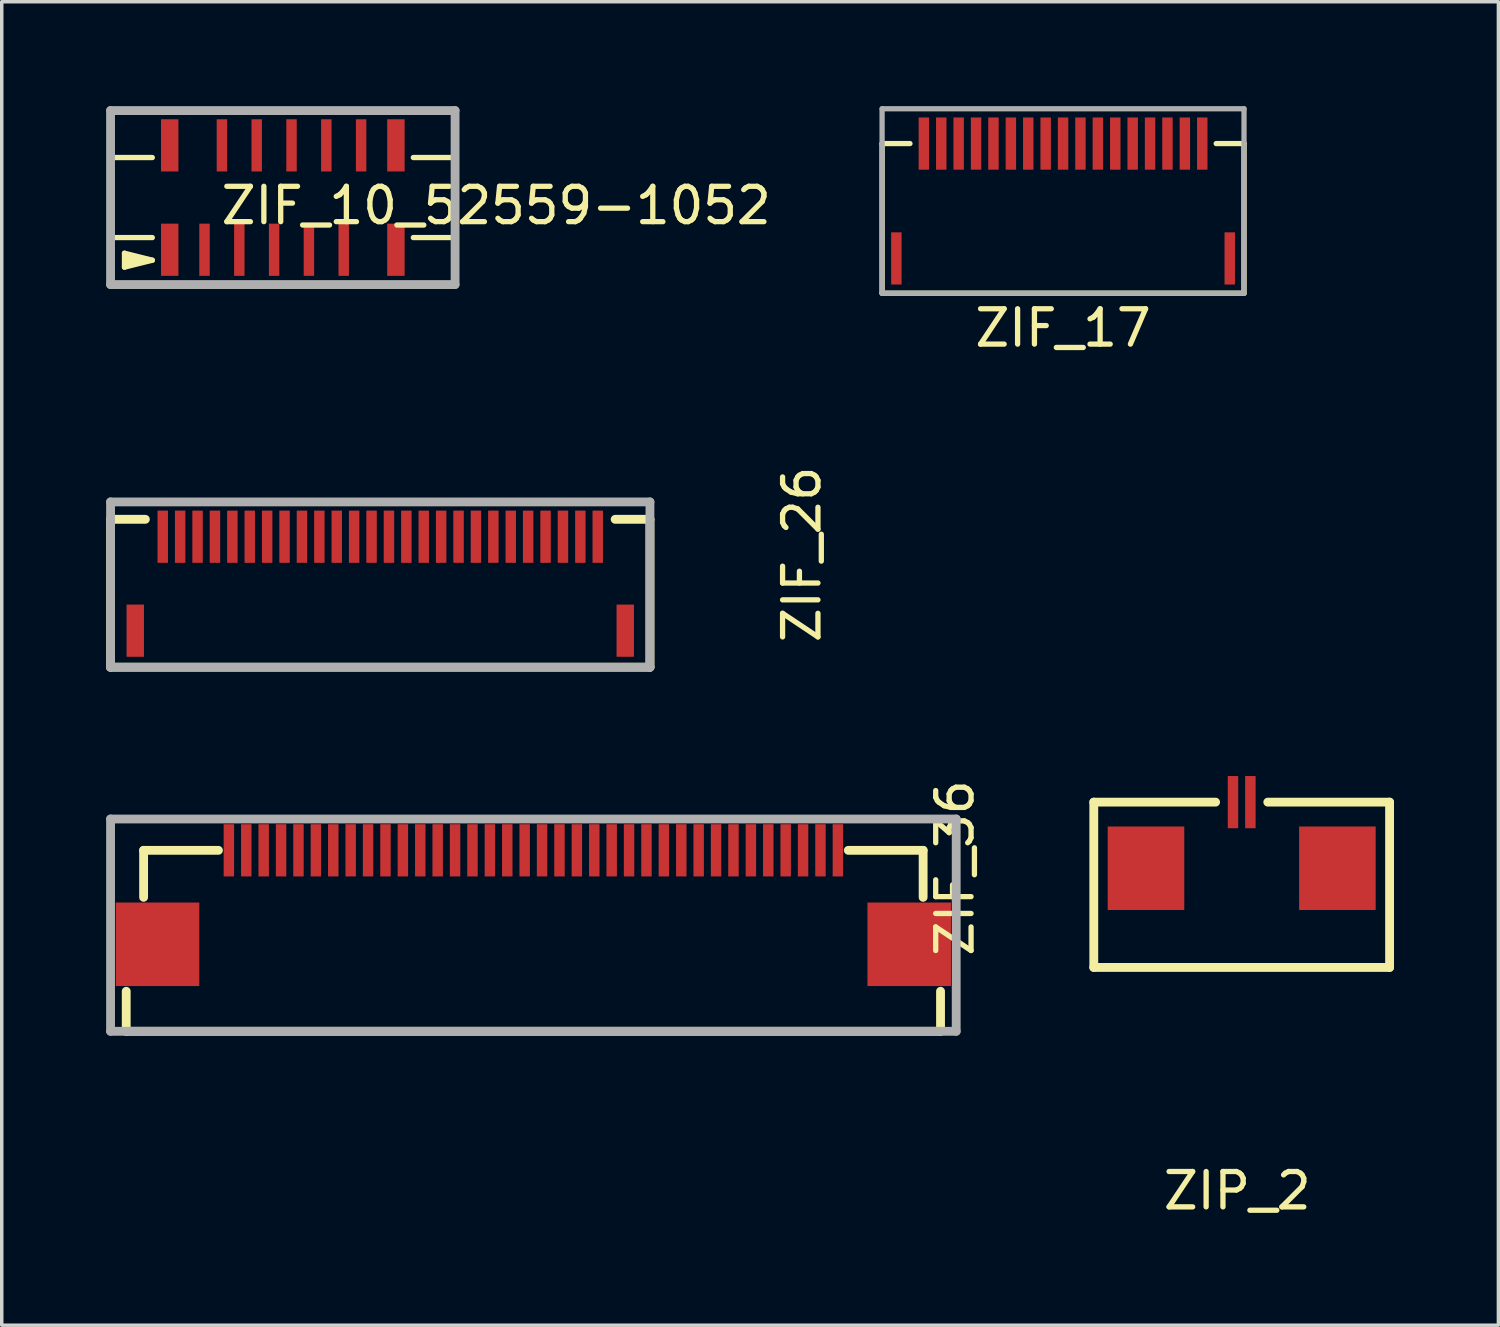
<source format=kicad_pcb>
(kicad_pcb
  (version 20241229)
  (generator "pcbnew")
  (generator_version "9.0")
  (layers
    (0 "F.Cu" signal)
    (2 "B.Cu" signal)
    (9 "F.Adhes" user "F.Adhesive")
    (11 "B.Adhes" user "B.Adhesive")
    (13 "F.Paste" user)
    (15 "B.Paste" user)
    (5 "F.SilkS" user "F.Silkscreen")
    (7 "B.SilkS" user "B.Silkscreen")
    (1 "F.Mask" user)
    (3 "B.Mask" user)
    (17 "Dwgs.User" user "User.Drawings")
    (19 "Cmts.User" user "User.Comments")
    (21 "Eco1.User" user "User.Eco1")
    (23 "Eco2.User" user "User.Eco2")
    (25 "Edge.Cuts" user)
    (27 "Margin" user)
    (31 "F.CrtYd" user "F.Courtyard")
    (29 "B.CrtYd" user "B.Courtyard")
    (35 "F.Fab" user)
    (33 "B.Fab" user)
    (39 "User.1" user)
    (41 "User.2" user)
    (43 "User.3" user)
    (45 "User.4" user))
  (footprint "ZIF_17"
    (layer "F.Cu")
    (at 27.498 1.076)
    (property "Reference" "ZIF_17" (at 0 5.3 0) (layer "F.SilkS") (effects (font (size 1.016 1.016) (thickness 0.152))))
    (attr through_hole)
    (fp_line (start -5.2 4.3) (end -5.2 0) (stroke (width 0.152) (type solid)) (layer "F.SilkS"))
    (fp_line (start -4.4 0) (end -5.2 0) (stroke (width 0.152) (type solid)) (layer "F.SilkS"))
    (fp_line (start 5.2 0) (end 4.4 0) (stroke (width 0.152) (type solid)) (layer "F.SilkS"))
    (fp_line (start 5.2 0) (end 5.2 4.3) (stroke (width 0.152) (type solid)) (layer "F.SilkS"))
    (fp_line (start 5.2 4.3) (end -5.2 4.3) (stroke (width 0.152) (type solid)) (layer "F.SilkS"))
    (fp_line (start -5.2 -1) (end -5.2 4.3) (stroke (width 0.152) (type solid)) (layer "F.Fab"))
    (fp_line (start -5.2 4.3) (end 5.2 4.3) (stroke (width 0.152) (type solid)) (layer "F.Fab"))
    (fp_line (start 5.2 -1) (end -5.2 -1) (stroke (width 0.152) (type solid)) (layer "F.Fab"))
    (fp_line (start 5.2 4.3) (end 5.2 -1) (stroke (width 0.152) (type solid)) (layer "F.Fab"))
    (pad "1" smd rect (at 4 0 180) (size 0.3 1.5) (layers "F.Cu" "F.Mask" "F.Paste"))
    (pad "2" smd rect (at 3.5 0 180) (size 0.3 1.5) (layers "F.Cu" "F.Mask" "F.Paste"))
    (pad "3" smd rect (at 3 0 180) (size 0.3 1.5) (layers "F.Cu" "F.Mask" "F.Paste"))
    (pad "4" smd rect (at 2.5 0 180) (size 0.3 1.5) (layers "F.Cu" "F.Mask" "F.Paste"))
    (pad "5" smd rect (at 2 0 180) (size 0.3 1.5) (layers "F.Cu" "F.Mask" "F.Paste"))
    (pad "6" smd rect (at 1.5 0 180) (size 0.3 1.5) (layers "F.Cu" "F.Mask" "F.Paste"))
    (pad "7" smd rect (at 1 0 180) (size 0.3 1.5) (layers "F.Cu" "F.Mask" "F.Paste"))
    (pad "8" smd rect (at 0.5 0 180) (size 0.3 1.5) (layers "F.Cu" "F.Mask" "F.Paste"))
    (pad "9" smd rect (at 0 0 180) (size 0.3 1.5) (layers "F.Cu" "F.Mask" "F.Paste"))
    (pad "10" smd rect (at -0.5 0 180) (size 0.3 1.5) (layers "F.Cu" "F.Mask" "F.Paste"))
    (pad "11" smd rect (at -1 0 180) (size 0.3 1.5) (layers "F.Cu" "F.Mask" "F.Paste"))
    (pad "12" smd rect (at -1.5 0 180) (size 0.3 1.5) (layers "F.Cu" "F.Mask" "F.Paste"))
    (pad "13" smd rect (at -2 0 180) (size 0.3 1.5) (layers "F.Cu" "F.Mask" "F.Paste"))
    (pad "14" smd rect (at -2.5 0 180) (size 0.3 1.5) (layers "F.Cu" "F.Mask" "F.Paste"))
    (pad "15" smd rect (at -3 0 180) (size 0.3 1.5) (layers "F.Cu" "F.Mask" "F.Paste"))
    (pad "16" smd rect (at -3.5 0 180) (size 0.3 1.5) (layers "F.Cu" "F.Mask" "F.Paste"))
    (pad "17" smd rect (at -4 0 180) (size 0.3 1.5) (layers "F.Cu" "F.Mask" "F.Paste"))
    (pad "~" smd rect (at -4.79 3.3) (size 0.3 1.5) (layers "F.Cu" "F.Mask" "F.Paste"))
    (pad "~" smd rect (at 4.79 3.3) (size 0.3 1.5) (layers "F.Cu" "F.Mask" "F.Paste")))
  (footprint "ZIF_26"
    (layer "F.Cu")
    (at 7.877 12.373)
    (property "Reference" "ZIF_26" (at 12.115 0.508 90) (layer "F.SilkS") (effects (font (size 1.016 1.016) (thickness 0.152))))
    (attr through_hole)
    (fp_line (start -7.75 -0.5) (end -7.75 3.75) (stroke (width 0.254) (type solid)) (layer "F.SilkS"))
    (fp_line (start -7.75 3.75) (end 7.75 3.75) (stroke (width 0.254) (type solid)) (layer "F.SilkS"))
    (fp_line (start -6.75 -0.5) (end -7.75 -0.5) (stroke (width 0.254) (type solid)) (layer "F.SilkS"))
    (fp_line (start 6.75 -0.5) (end 7.75 -0.5) (stroke (width 0.254) (type solid)) (layer "F.SilkS"))
    (fp_line (start 7.75 -0.5) (end 7.75 3.75) (stroke (width 0.254) (type solid)) (layer "F.SilkS"))
    (fp_line (start -7.75 -1) (end -7.75 3.75) (stroke (width 0.254) (type solid)) (layer "F.Fab"))
    (fp_line (start -7.75 3.75) (end 7.75 3.75) (stroke (width 0.254) (type solid)) (layer "F.Fab"))
    (fp_line (start 7.75 -1) (end -7.75 -1) (stroke (width 0.254) (type solid)) (layer "F.Fab"))
    (fp_line (start 7.75 3.75) (end 7.75 -1) (stroke (width 0.254) (type solid)) (layer "F.Fab"))
    (pad "1" smd rect (at -6.25 0 180) (size 0.3 1.5) (layers "F.Cu" "F.Mask" "F.Paste"))
    (pad "2" smd rect (at -5.75 0 180) (size 0.3 1.5) (layers "F.Cu" "F.Mask" "F.Paste"))
    (pad "3" smd rect (at -5.25 0 180) (size 0.3 1.5) (layers "F.Cu" "F.Mask" "F.Paste"))
    (pad "4" smd rect (at -4.75 0 180) (size 0.3 1.5) (layers "F.Cu" "F.Mask" "F.Paste"))
    (pad "5" smd rect (at -4.25 0 180) (size 0.3 1.5) (layers "F.Cu" "F.Mask" "F.Paste"))
    (pad "6" smd rect (at -3.75 0 180) (size 0.3 1.5) (layers "F.Cu" "F.Mask" "F.Paste"))
    (pad "7" smd rect (at -3.25 0 180) (size 0.3 1.5) (layers "F.Cu" "F.Mask" "F.Paste"))
    (pad "8" smd rect (at -2.75 0 180) (size 0.3 1.5) (layers "F.Cu" "F.Mask" "F.Paste"))
    (pad "9" smd rect (at -2.25 0 180) (size 0.3 1.5) (layers "F.Cu" "F.Mask" "F.Paste"))
    (pad "10" smd rect (at -1.75 0 180) (size 0.3 1.5) (layers "F.Cu" "F.Mask" "F.Paste"))
    (pad "11" smd rect (at -1.25 0 180) (size 0.3 1.5) (layers "F.Cu" "F.Mask" "F.Paste"))
    (pad "12" smd rect (at -0.75 0 180) (size 0.3 1.5) (layers "F.Cu" "F.Mask" "F.Paste"))
    (pad "13" smd rect (at -0.25 0 180) (size 0.3 1.5) (layers "F.Cu" "F.Mask" "F.Paste"))
    (pad "14" smd rect (at 0.25 0 180) (size 0.3 1.5) (layers "F.Cu" "F.Mask" "F.Paste"))
    (pad "15" smd rect (at 0.75 0 180) (size 0.3 1.5) (layers "F.Cu" "F.Mask" "F.Paste"))
    (pad "16" smd rect (at 1.25 0 180) (size 0.3 1.5) (layers "F.Cu" "F.Mask" "F.Paste"))
    (pad "17" smd rect (at 1.75 0 180) (size 0.3 1.5) (layers "F.Cu" "F.Mask" "F.Paste"))
    (pad "18" smd rect (at 2.25 0 180) (size 0.3 1.5) (layers "F.Cu" "F.Mask" "F.Paste"))
    (pad "19" smd rect (at 2.75 0 180) (size 0.3 1.5) (layers "F.Cu" "F.Mask" "F.Paste"))
    (pad "20" smd rect (at 3.25 0 180) (size 0.3 1.5) (layers "F.Cu" "F.Mask" "F.Paste"))
    (pad "21" smd rect (at 3.75 0 180) (size 0.3 1.5) (layers "F.Cu" "F.Mask" "F.Paste"))
    (pad "22" smd rect (at 4.25 0 180) (size 0.3 1.5) (layers "F.Cu" "F.Mask" "F.Paste"))
    (pad "23" smd rect (at 4.75 0 180) (size 0.3 1.5) (layers "F.Cu" "F.Mask" "F.Paste"))
    (pad "24" smd rect (at 5.25 0 180) (size 0.3 1.5) (layers "F.Cu" "F.Mask" "F.Paste"))
    (pad "25" smd rect (at 5.75 0 180) (size 0.3 1.5) (layers "F.Cu" "F.Mask" "F.Paste"))
    (pad "26" smd rect (at 6.25 0 180) (size 0.3 1.5) (layers "F.Cu" "F.Mask" "F.Paste"))
    (pad "~" smd rect (at -7.04 2.7) (size 0.5 1.5) (layers "F.Cu" "F.Mask" "F.Paste"))
    (pad "~" smd rect (at 7.04 2.7) (size 0.5 1.5) (layers "F.Cu" "F.Mask" "F.Paste")))
  (footprint "ZIP_2"
    (layer "F.Cu")
    (at 32.631 20)
    (property "Reference" "ZIP_2" (at -0.127 11.168 0) (layer "F.SilkS") (effects (font (size 1.016 1.016) (thickness 0.152))))
    (attr through_hole)
    (fp_line (start -4.25 0) (end -4.25 4.75) (stroke (width 0.254) (type solid)) (layer "F.SilkS"))
    (fp_line (start -4.25 4.75) (end 4.25 4.75) (stroke (width 0.254) (type solid)) (layer "F.SilkS"))
    (fp_line (start -0.75 0) (end -4.25 0) (stroke (width 0.254) (type solid)) (layer "F.SilkS"))
    (fp_line (start 4.25 0) (end 0.75 0) (stroke (width 0.254) (type solid)) (layer "F.SilkS"))
    (fp_line (start 4.25 4.75) (end 4.25 0) (stroke (width 0.254) (type solid)) (layer "F.SilkS"))
    (pad "1" smd rect (at -0.25 0) (size 0.3 1.5) (layers "F.Cu" "F.Mask" "F.Paste"))
    (pad "2" smd rect (at 0.25 0) (size 0.3 1.5) (layers "F.Cu" "F.Mask" "F.Paste"))
    (pad "~" smd rect (at -2.75 1.9) (size 2.2 2.4) (layers "F.Cu" "F.Mask" "F.Paste"))
    (pad "~" smd rect (at 2.75 1.9) (size 2.2 2.4) (layers "F.Cu" "F.Mask" "F.Paste")))
  (footprint "ZIF_36"
    (layer "F.Cu")
    (at 12.277 21.385)
    (property "Reference" "ZIF_36" (at 12.115 0.508 270) (layer "F.SilkS") (effects (font (size 1.016 1.016) (thickness 0.152))))
    (attr through_hole)
    (fp_line (start -11.7 5.2) (end -11.7 4.05) (stroke (width 0.254) (type solid)) (layer "F.SilkS"))
    (fp_line (start -11.7 5.2) (end 11.7 5.2) (stroke (width 0.254) (type solid)) (layer "F.SilkS"))
    (fp_line (start -11.2 0) (end -11.2 1.35) (stroke (width 0.254) (type solid)) (layer "F.SilkS"))
    (fp_line (start -11.2 0) (end -9.05 0) (stroke (width 0.254) (type solid)) (layer "F.SilkS"))
    (fp_line (start 11.2 0) (end 9.05 0) (stroke (width 0.254) (type solid)) (layer "F.SilkS"))
    (fp_line (start 11.2 0) (end 11.2 1.35) (stroke (width 0.254) (type solid)) (layer "F.SilkS"))
    (fp_line (start 11.7 5.2) (end 11.7 4.05) (stroke (width 0.254) (type solid)) (layer "F.SilkS"))
    (fp_line (start -12.15 -0.9) (end 12.15 -0.9) (stroke (width 0.254) (type solid)) (layer "F.Fab"))
    (fp_line (start -12.15 5.2) (end -12.15 -0.9) (stroke (width 0.254) (type solid)) (layer "F.Fab"))
    (fp_line (start 12.15 -0.9) (end 12.15 5.2) (stroke (width 0.254) (type solid)) (layer "F.Fab"))
    (fp_line (start 12.15 5.2) (end -12.15 5.2) (stroke (width 0.254) (type solid)) (layer "F.Fab"))
    (pad "1" smd rect (at 8.75 0 180) (size 0.3 1.5) (layers "F.Cu" "F.Mask" "F.Paste"))
    (pad "2" smd rect (at 8.25 0 180) (size 0.3 1.5) (layers "F.Cu" "F.Mask" "F.Paste"))
    (pad "3" smd rect (at 7.75 0 180) (size 0.3 1.5) (layers "F.Cu" "F.Mask" "F.Paste"))
    (pad "4" smd rect (at 7.25 0 180) (size 0.3 1.5) (layers "F.Cu" "F.Mask" "F.Paste"))
    (pad "5" smd rect (at 6.75 0 180) (size 0.3 1.5) (layers "F.Cu" "F.Mask" "F.Paste"))
    (pad "6" smd rect (at 6.25 0 180) (size 0.3 1.5) (layers "F.Cu" "F.Mask" "F.Paste"))
    (pad "7" smd rect (at 5.75 0 180) (size 0.3 1.5) (layers "F.Cu" "F.Mask" "F.Paste"))
    (pad "8" smd rect (at 5.25 0 180) (size 0.3 1.5) (layers "F.Cu" "F.Mask" "F.Paste"))
    (pad "9" smd rect (at 4.75 0 180) (size 0.3 1.5) (layers "F.Cu" "F.Mask" "F.Paste"))
    (pad "10" smd rect (at 4.25 0 180) (size 0.3 1.5) (layers "F.Cu" "F.Mask" "F.Paste"))
    (pad "11" smd rect (at 3.75 0 180) (size 0.3 1.5) (layers "F.Cu" "F.Mask" "F.Paste"))
    (pad "12" smd rect (at 3.25 0 180) (size 0.3 1.5) (layers "F.Cu" "F.Mask" "F.Paste"))
    (pad "13" smd rect (at 2.75 0 180) (size 0.3 1.5) (layers "F.Cu" "F.Mask" "F.Paste"))
    (pad "14" smd rect (at 2.25 0 180) (size 0.3 1.5) (layers "F.Cu" "F.Mask" "F.Paste"))
    (pad "15" smd rect (at 1.75 0 180) (size 0.3 1.5) (layers "F.Cu" "F.Mask" "F.Paste"))
    (pad "16" smd rect (at 1.25 0 180) (size 0.3 1.5) (layers "F.Cu" "F.Mask" "F.Paste"))
    (pad "17" smd rect (at 0.75 0 180) (size 0.3 1.5) (layers "F.Cu" "F.Mask" "F.Paste"))
    (pad "18" smd rect (at 0.25 0 180) (size 0.3 1.5) (layers "F.Cu" "F.Mask" "F.Paste"))
    (pad "19" smd rect (at -0.25 0 180) (size 0.3 1.5) (layers "F.Cu" "F.Mask" "F.Paste"))
    (pad "20" smd rect (at -0.75 0 180) (size 0.3 1.5) (layers "F.Cu" "F.Mask" "F.Paste"))
    (pad "21" smd rect (at -1.25 0 180) (size 0.3 1.5) (layers "F.Cu" "F.Mask" "F.Paste"))
    (pad "22" smd rect (at -1.75 0 180) (size 0.3 1.5) (layers "F.Cu" "F.Mask" "F.Paste"))
    (pad "23" smd rect (at -2.25 0 180) (size 0.3 1.5) (layers "F.Cu" "F.Mask" "F.Paste"))
    (pad "24" smd rect (at -2.75 0 180) (size 0.3 1.5) (layers "F.Cu" "F.Mask" "F.Paste"))
    (pad "25" smd rect (at -3.25 0 180) (size 0.3 1.5) (layers "F.Cu" "F.Mask" "F.Paste"))
    (pad "26" smd rect (at -3.75 0 180) (size 0.3 1.5) (layers "F.Cu" "F.Mask" "F.Paste"))
    (pad "27" smd rect (at -4.25 0 180) (size 0.3 1.5) (layers "F.Cu" "F.Mask" "F.Paste"))
    (pad "28" smd rect (at -4.75 0 180) (size 0.3 1.5) (layers "F.Cu" "F.Mask" "F.Paste"))
    (pad "29" smd rect (at -5.25 0 180) (size 0.3 1.5) (layers "F.Cu" "F.Mask" "F.Paste"))
    (pad "30" smd rect (at -5.75 0 180) (size 0.3 1.5) (layers "F.Cu" "F.Mask" "F.Paste"))
    (pad "31" smd rect (at -6.25 0 180) (size 0.3 1.5) (layers "F.Cu" "F.Mask" "F.Paste"))
    (pad "32" smd rect (at -6.75 0 180) (size 0.3 1.5) (layers "F.Cu" "F.Mask" "F.Paste"))
    (pad "33" smd rect (at -7.25 0 180) (size 0.3 1.5) (layers "F.Cu" "F.Mask" "F.Paste"))
    (pad "34" smd rect (at -7.75 0 180) (size 0.3 1.5) (layers "F.Cu" "F.Mask" "F.Paste"))
    (pad "35" smd rect (at -8.25 0 180) (size 0.3 1.5) (layers "F.Cu" "F.Mask" "F.Paste"))
    (pad "36" smd rect (at -8.75 0 180) (size 0.3 1.5) (layers "F.Cu" "F.Mask" "F.Paste"))
    (pad "~" smd rect (at -10.8 2.7) (size 2.4 2.4) (layers "F.Cu" "F.Mask" "F.Paste"))
    (pad "~" smd rect (at 10.8 2.7) (size 2.4 2.4) (layers "F.Cu" "F.Mask" "F.Paste")))
  (footprint "ZIF_10_52559-1052"
    (layer "F.Cu")
    (at 2.827 4.127)
    (property "Reference" "ZIF_10_52559-1052" (at 8.382 -1.27 0) (layer "F.SilkS") (effects (font (size 1.016 1.016) (thickness 0.152))))
    (attr through_hole)
    (fp_line (start -2.7 -0.35) (end -2.7 -2.65) (stroke (width 0.152) (type solid)) (layer "F.SilkS"))
    (fp_line (start -2.7 -0.35) (end -1.5 -0.35) (stroke (width 0.152) (type solid)) (layer "F.SilkS"))
    (fp_line (start -2.3 0.1) (end -2.3 0.5) (stroke (width 0.152) (type solid)) (layer "F.SilkS"))
    (fp_line (start -2.2 0.2) (end -2.2 0.4) (stroke (width 0.152) (type solid)) (layer "F.SilkS"))
    (fp_line (start -2.1 0.2) (end -2.1 0.4) (stroke (width 0.152) (type solid)) (layer "F.SilkS"))
    (fp_line (start -2 0.2) (end -2 0.4) (stroke (width 0.152) (type solid)) (layer "F.SilkS"))
    (fp_line (start -1.9 0.3) (end -1.8 0.3) (stroke (width 0.152) (type solid)) (layer "F.SilkS"))
    (fp_line (start -1.5 -2.65) (end -2.7 -2.65) (stroke (width 0.152) (type solid)) (layer "F.SilkS"))
    (fp_line (start -1.5 0.3) (end -2.3 0.1) (stroke (width 0.152) (type solid)) (layer "F.SilkS"))
    (fp_line (start -1.5 0.3) (end -2.3 0.5) (stroke (width 0.152) (type solid)) (layer "F.SilkS"))
    (fp_line (start 7.2 -2.65) (end 6 -2.65) (stroke (width 0.152) (type solid)) (layer "F.SilkS"))
    (fp_line (start 7.2 -2.65) (end 7.2 -0.35) (stroke (width 0.152) (type solid)) (layer "F.SilkS"))
    (fp_line (start 7.2 -0.35) (end 6 -0.35) (stroke (width 0.152) (type solid)) (layer "F.SilkS"))
    (fp_line (start -2.7 -4) (end 7.2 -4) (stroke (width 0.254) (type solid)) (layer "F.Fab"))
    (fp_line (start -2.7 1) (end -2.7 -4) (stroke (width 0.254) (type solid)) (layer "F.Fab"))
    (fp_line (start 7.2 -4) (end 7.2 1) (stroke (width 0.254) (type solid)) (layer "F.Fab"))
    (fp_line (start 7.2 1) (end -2.7 1) (stroke (width 0.254) (type solid)) (layer "F.Fab"))
    (pad "1" smd rect (at 0 0) (size 0.3 1.5) (layers "F.Cu" "F.Mask" "F.Paste"))
    (pad "2" smd rect (at 0.5 -3) (size 0.3 1.5) (layers "F.Cu" "F.Mask" "F.Paste"))
    (pad "3" smd rect (at 1 0) (size 0.3 1.5) (layers "F.Cu" "F.Mask" "F.Paste"))
    (pad "4" smd rect (at 1.5 -3) (size 0.3 1.5) (layers "F.Cu" "F.Mask" "F.Paste"))
    (pad "5" smd rect (at 2 0) (size 0.3 1.5) (layers "F.Cu" "F.Mask" "F.Paste"))
    (pad "6" smd rect (at 2.5 -3) (size 0.3 1.5) (layers "F.Cu" "F.Mask" "F.Paste"))
    (pad "7" smd rect (at 3 0) (size 0.3 1.5) (layers "F.Cu" "F.Mask" "F.Paste"))
    (pad "8" smd rect (at 3.5 -3) (size 0.3 1.5) (layers "F.Cu" "F.Mask" "F.Paste"))
    (pad "9" smd rect (at 4 0) (size 0.3 1.5) (layers "F.Cu" "F.Mask" "F.Paste"))
    (pad "10" smd rect (at 4.5 -3) (size 0.3 1.5) (layers "F.Cu" "F.Mask" "F.Paste"))
    (pad "~" smd rect (at -1 -3) (size 0.5 1.5) (layers "F.Cu" "F.Mask" "F.Paste"))
    (pad "~" smd rect (at -1 0) (size 0.5 1.5) (layers "F.Cu" "F.Mask" "F.Paste"))
    (pad "~" smd rect (at 5.5 -3) (size 0.5 1.5) (layers "F.Cu" "F.Mask" "F.Paste"))
    (pad "~" smd rect (at 5.5 0) (size 0.5 1.5) (layers "F.Cu" "F.Mask" "F.Paste")))
  (gr_rect
    (start -3 -3)
    (end 40.008 35.03)
    (stroke (width 0.1) (type default))
    (fill no)
    (layer "Edge.Cuts")))
</source>
